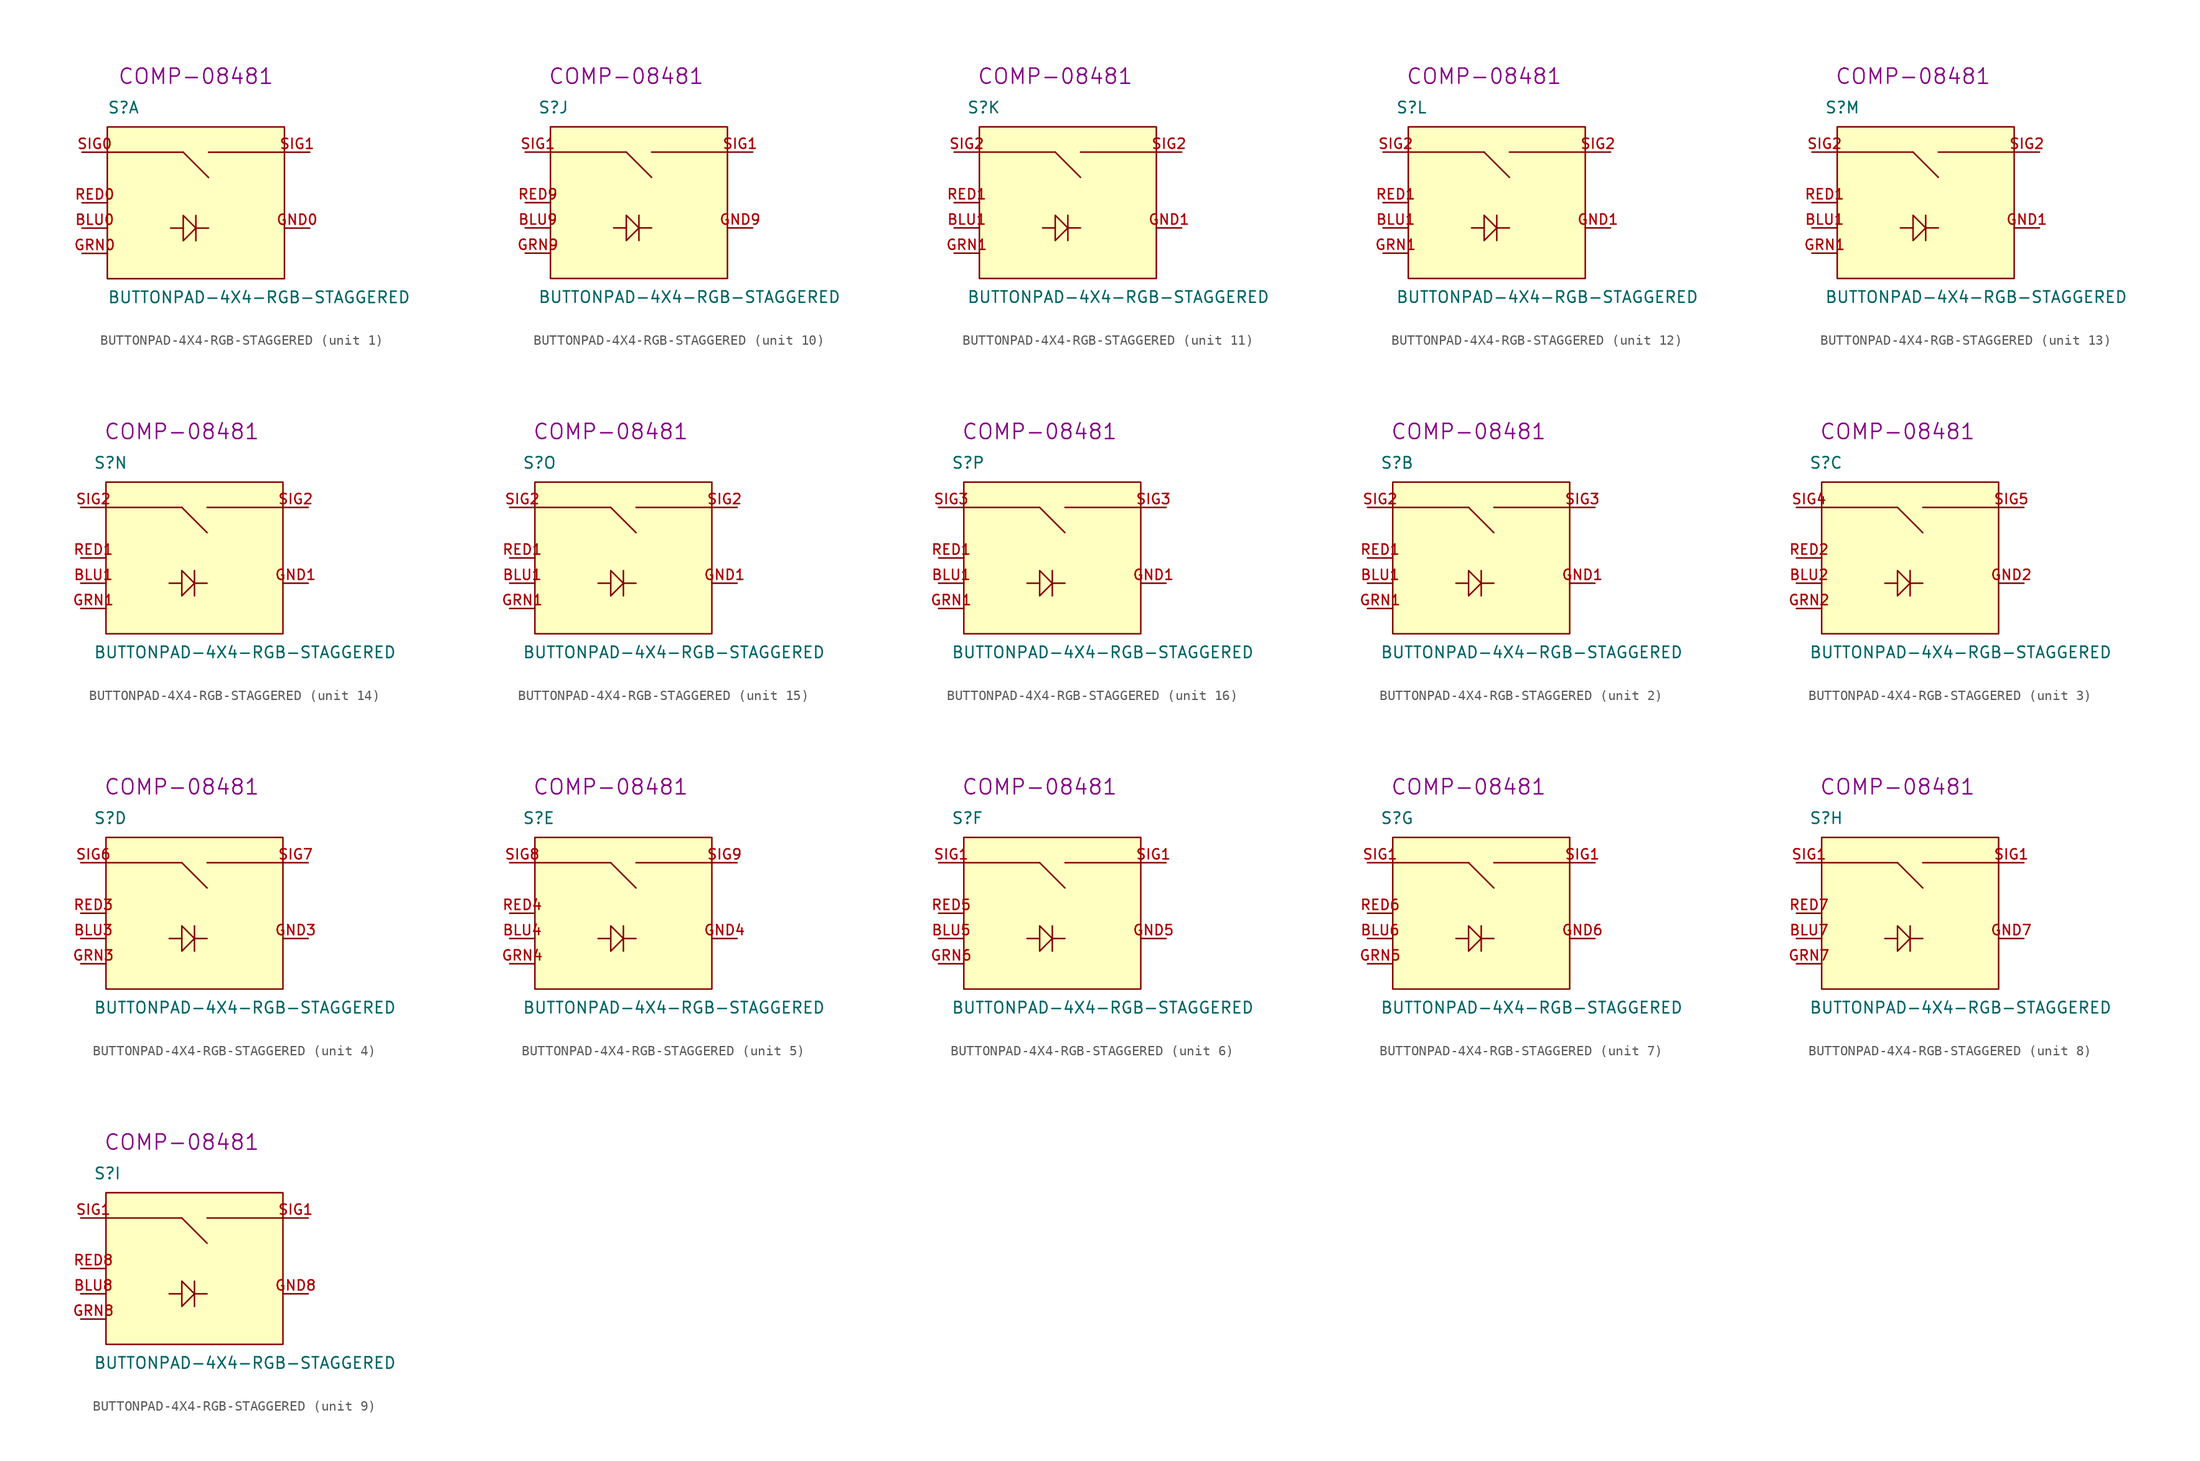
<source format=kicad_sym>
(kicad_symbol_lib
  (version 20220914)
  (generator kicad_symbol_editor)
  (symbol "BUTTONPAD-4X4-RGB-STAGGERED"
    (pin_names
      (offset 1.016) hide)
    (property "Reference" "S"
      (at -8.89 8.89 0)
      (effects (font (size 1.143 1.143)) (justify left bottom)))
    (property "Value" "BUTTONPAD-4X4-RGB-STAGGERED"
      (at -8.89 -10.16 0)
      (effects (font (size 1.143 1.143)) (justify left bottom)))
    (property "Field4" "COMP-08481"
      (at 0 12.7 0)
      (effects (font (size 1.524 1.524))))
    (property "ki_locked" ""
      (at 0 0 0)
      (effects (font (size 1.27 1.27))))
    (symbol "BUTTONPAD-4X4-RGB-STAGGERED_1_0"
      (polyline (pts (xy -8.89 5.08) (xy -1.27 5.08)) (stroke (width 0) (type solid)) (fill (type none)))
      (polyline (pts (xy -1.27 -2.54) (xy -2.54 -2.54)) (stroke (width 0) (type solid)) (fill (type none)))
      (polyline (pts (xy -1.27 5.08) (xy 1.27 2.54)) (stroke (width 0) (type solid)) (fill (type none)))
      (polyline (pts (xy 0 -2.54) (xy 0 -3.81)) (stroke (width 0) (type solid)) (fill (type none)))
      (polyline (pts (xy 0 -2.54) (xy 1.27 -2.54)) (stroke (width 0) (type solid)) (fill (type none)))
      (polyline (pts (xy 0 -1.27) (xy 0 -2.54)) (stroke (width 0) (type solid)) (fill (type none)))
      (polyline (pts (xy 1.27 5.08) (xy 8.89 5.08)) (stroke (width 0) (type solid)) (fill (type none))))
    (symbol "BUTTONPAD-4X4-RGB-STAGGERED_1_1"
      (polyline (pts (xy -1.27 -1.27) (xy -1.27 -2.54) (xy -1.27 -3.81) (xy 0 -2.54) (xy -1.27 -1.27)) (stroke (width 0) (type solid)) (fill (type background)))
      (polyline (pts (xy 8.89 7.62) (xy 8.89 5.08) (xy 8.89 -7.62) (xy -8.89 -7.62) (xy -8.89 5.08) (xy -8.89 7.62) (xy 8.89 7.62)) (stroke (width 0) (type solid)) (fill (type background)))
      (pin bidirectional line (at -11.43 -2.54 0) (length 2.54) (name "BLU" (effects (font (size 1.016 1.016)))) (number "BLU0" (effects (font (size 1.016 1.016)))))
      (pin bidirectional line (at 11.43 -2.54 180) (length 2.54) (name "GND" (effects (font (size 1.016 1.016)))) (number "GND0" (effects (font (size 1.016 1.016)))))
      (pin bidirectional line (at -11.43 -5.08 0) (length 2.54) (name "GRN" (effects (font (size 1.016 1.016)))) (number "GRN0" (effects (font (size 1.016 1.016)))))
      (pin bidirectional line (at -11.43 0 0) (length 2.54) (name "RED" (effects (font (size 1.016 1.016)))) (number "RED0" (effects (font (size 1.016 1.016)))))
      (pin bidirectional line (at -11.43 5.08 0) (length 2.54) (name "SIG1" (effects (font (size 1.016 1.016)))) (number "SIG0" (effects (font (size 1.016 1.016)))))
      (pin bidirectional line (at 11.43 5.08 180) (length 2.54) (name "SIG2" (effects (font (size 1.016 1.016)))) (number "SIG1" (effects (font (size 1.016 1.016))))))
    (symbol "BUTTONPAD-4X4-RGB-STAGGERED_2_0"
      (polyline (pts (xy -7.62 5.08) (xy 0 5.08)) (stroke (width 0) (type solid)) (fill (type none)))
      (polyline (pts (xy 0 -2.54) (xy -1.27 -2.54)) (stroke (width 0) (type solid)) (fill (type none)))
      (polyline (pts (xy 0 5.08) (xy 2.54 2.54)) (stroke (width 0) (type solid)) (fill (type none)))
      (polyline (pts (xy 1.27 -2.54) (xy 1.27 -3.81)) (stroke (width 0) (type solid)) (fill (type none)))
      (polyline (pts (xy 1.27 -2.54) (xy 2.54 -2.54)) (stroke (width 0) (type solid)) (fill (type none)))
      (polyline (pts (xy 1.27 -1.27) (xy 1.27 -2.54)) (stroke (width 0) (type solid)) (fill (type none)))
      (polyline (pts (xy 2.54 5.08) (xy 10.16 5.08)) (stroke (width 0) (type solid)) (fill (type none))))
    (symbol "BUTTONPAD-4X4-RGB-STAGGERED_2_1"
      (polyline (pts (xy 0 -1.27) (xy 0 -2.54) (xy 0 -3.81) (xy 1.27 -2.54) (xy 0 -1.27)) (stroke (width 0) (type solid)) (fill (type background)))
      (polyline (pts (xy 10.16 7.62) (xy 10.16 5.08) (xy 10.16 -7.62) (xy -7.62 -7.62) (xy -7.62 5.08) (xy -7.62 7.62) (xy 10.16 7.62)) (stroke (width 0) (type solid)) (fill (type background)))
      (pin bidirectional line (at -10.16 -2.54 0) (length 2.54) (name "BLU" (effects (font (size 1.016 1.016)))) (number "BLU1" (effects (font (size 1.016 1.016)))))
      (pin bidirectional line (at 12.7 -2.54 180) (length 2.54) (name "GND" (effects (font (size 1.016 1.016)))) (number "GND1" (effects (font (size 1.016 1.016)))))
      (pin bidirectional line (at -10.16 -5.08 0) (length 2.54) (name "GRN" (effects (font (size 1.016 1.016)))) (number "GRN1" (effects (font (size 1.016 1.016)))))
      (pin bidirectional line (at -10.16 0 0) (length 2.54) (name "RED" (effects (font (size 1.016 1.016)))) (number "RED1" (effects (font (size 1.016 1.016)))))
      (pin bidirectional line (at -10.16 5.08 0) (length 2.54) (name "SIG1" (effects (font (size 1.016 1.016)))) (number "SIG2" (effects (font (size 1.016 1.016)))))
      (pin bidirectional line (at 12.7 5.08 180) (length 2.54) (name "SIG2" (effects (font (size 1.016 1.016)))) (number "SIG3" (effects (font (size 1.016 1.016))))))
    (symbol "BUTTONPAD-4X4-RGB-STAGGERED_3_0"
      (polyline (pts (xy -7.62 5.08) (xy 0 5.08)) (stroke (width 0) (type solid)) (fill (type none)))
      (polyline (pts (xy 0 -2.54) (xy -1.27 -2.54)) (stroke (width 0) (type solid)) (fill (type none)))
      (polyline (pts (xy 0 5.08) (xy 2.54 2.54)) (stroke (width 0) (type solid)) (fill (type none)))
      (polyline (pts (xy 1.27 -2.54) (xy 1.27 -3.81)) (stroke (width 0) (type solid)) (fill (type none)))
      (polyline (pts (xy 1.27 -2.54) (xy 2.54 -2.54)) (stroke (width 0) (type solid)) (fill (type none)))
      (polyline (pts (xy 1.27 -1.27) (xy 1.27 -2.54)) (stroke (width 0) (type solid)) (fill (type none)))
      (polyline (pts (xy 2.54 5.08) (xy 10.16 5.08)) (stroke (width 0) (type solid)) (fill (type none))))
    (symbol "BUTTONPAD-4X4-RGB-STAGGERED_3_1"
      (polyline (pts (xy 0 -1.27) (xy 0 -2.54) (xy 0 -3.81) (xy 1.27 -2.54) (xy 0 -1.27)) (stroke (width 0) (type solid)) (fill (type background)))
      (polyline (pts (xy 10.16 7.62) (xy 10.16 5.08) (xy 10.16 -7.62) (xy -7.62 -7.62) (xy -7.62 5.08) (xy -7.62 7.62) (xy 10.16 7.62)) (stroke (width 0) (type solid)) (fill (type background)))
      (pin bidirectional line (at -10.16 -2.54 0) (length 2.54) (name "BLU" (effects (font (size 1.016 1.016)))) (number "BLU2" (effects (font (size 1.016 1.016)))))
      (pin bidirectional line (at 12.7 -2.54 180) (length 2.54) (name "GND" (effects (font (size 1.016 1.016)))) (number "GND2" (effects (font (size 1.016 1.016)))))
      (pin bidirectional line (at -10.16 -5.08 0) (length 2.54) (name "GRN" (effects (font (size 1.016 1.016)))) (number "GRN2" (effects (font (size 1.016 1.016)))))
      (pin bidirectional line (at -10.16 0 0) (length 2.54) (name "RED" (effects (font (size 1.016 1.016)))) (number "RED2" (effects (font (size 1.016 1.016)))))
      (pin bidirectional line (at -10.16 5.08 0) (length 2.54) (name "SIG1" (effects (font (size 1.016 1.016)))) (number "SIG4" (effects (font (size 1.016 1.016)))))
      (pin bidirectional line (at 12.7 5.08 180) (length 2.54) (name "SIG2" (effects (font (size 1.016 1.016)))) (number "SIG5" (effects (font (size 1.016 1.016))))))
    (symbol "BUTTONPAD-4X4-RGB-STAGGERED_4_0"
      (polyline (pts (xy -7.62 5.08) (xy 0 5.08)) (stroke (width 0) (type solid)) (fill (type none)))
      (polyline (pts (xy 0 -2.54) (xy -1.27 -2.54)) (stroke (width 0) (type solid)) (fill (type none)))
      (polyline (pts (xy 0 5.08) (xy 2.54 2.54)) (stroke (width 0) (type solid)) (fill (type none)))
      (polyline (pts (xy 1.27 -2.54) (xy 1.27 -3.81)) (stroke (width 0) (type solid)) (fill (type none)))
      (polyline (pts (xy 1.27 -2.54) (xy 2.54 -2.54)) (stroke (width 0) (type solid)) (fill (type none)))
      (polyline (pts (xy 1.27 -1.27) (xy 1.27 -2.54)) (stroke (width 0) (type solid)) (fill (type none)))
      (polyline (pts (xy 2.54 5.08) (xy 10.16 5.08)) (stroke (width 0) (type solid)) (fill (type none))))
    (symbol "BUTTONPAD-4X4-RGB-STAGGERED_4_1"
      (polyline (pts (xy 0 -1.27) (xy 0 -2.54) (xy 0 -3.81) (xy 1.27 -2.54) (xy 0 -1.27)) (stroke (width 0) (type solid)) (fill (type background)))
      (polyline (pts (xy 10.16 7.62) (xy 10.16 5.08) (xy 10.16 -7.62) (xy -7.62 -7.62) (xy -7.62 5.08) (xy -7.62 7.62) (xy 10.16 7.62)) (stroke (width 0) (type solid)) (fill (type background)))
      (pin bidirectional line (at -10.16 -2.54 0) (length 2.54) (name "BLU" (effects (font (size 1.016 1.016)))) (number "BLU3" (effects (font (size 1.016 1.016)))))
      (pin bidirectional line (at 12.7 -2.54 180) (length 2.54) (name "GND" (effects (font (size 1.016 1.016)))) (number "GND3" (effects (font (size 1.016 1.016)))))
      (pin bidirectional line (at -10.16 -5.08 0) (length 2.54) (name "GRN" (effects (font (size 1.016 1.016)))) (number "GRN3" (effects (font (size 1.016 1.016)))))
      (pin bidirectional line (at -10.16 0 0) (length 2.54) (name "RED" (effects (font (size 1.016 1.016)))) (number "RED3" (effects (font (size 1.016 1.016)))))
      (pin bidirectional line (at -10.16 5.08 0) (length 2.54) (name "SIG1" (effects (font (size 1.016 1.016)))) (number "SIG6" (effects (font (size 1.016 1.016)))))
      (pin bidirectional line (at 12.7 5.08 180) (length 2.54) (name "SIG2" (effects (font (size 1.016 1.016)))) (number "SIG7" (effects (font (size 1.016 1.016))))))
    (symbol "BUTTONPAD-4X4-RGB-STAGGERED_5_0"
      (polyline (pts (xy -7.62 5.08) (xy 0 5.08)) (stroke (width 0) (type solid)) (fill (type none)))
      (polyline (pts (xy 0 -2.54) (xy -1.27 -2.54)) (stroke (width 0) (type solid)) (fill (type none)))
      (polyline (pts (xy 0 5.08) (xy 2.54 2.54)) (stroke (width 0) (type solid)) (fill (type none)))
      (polyline (pts (xy 1.27 -2.54) (xy 1.27 -3.81)) (stroke (width 0) (type solid)) (fill (type none)))
      (polyline (pts (xy 1.27 -2.54) (xy 2.54 -2.54)) (stroke (width 0) (type solid)) (fill (type none)))
      (polyline (pts (xy 1.27 -1.27) (xy 1.27 -2.54)) (stroke (width 0) (type solid)) (fill (type none)))
      (polyline (pts (xy 2.54 5.08) (xy 10.16 5.08)) (stroke (width 0) (type solid)) (fill (type none))))
    (symbol "BUTTONPAD-4X4-RGB-STAGGERED_5_1"
      (polyline (pts (xy 0 -1.27) (xy 0 -2.54) (xy 0 -3.81) (xy 1.27 -2.54) (xy 0 -1.27)) (stroke (width 0) (type solid)) (fill (type background)))
      (polyline (pts (xy 10.16 7.62) (xy 10.16 5.08) (xy 10.16 -7.62) (xy -7.62 -7.62) (xy -7.62 5.08) (xy -7.62 7.62) (xy 10.16 7.62)) (stroke (width 0) (type solid)) (fill (type background)))
      (pin bidirectional line (at -10.16 -2.54 0) (length 2.54) (name "BLU" (effects (font (size 1.016 1.016)))) (number "BLU4" (effects (font (size 1.016 1.016)))))
      (pin bidirectional line (at 12.7 -2.54 180) (length 2.54) (name "GND" (effects (font (size 1.016 1.016)))) (number "GND4" (effects (font (size 1.016 1.016)))))
      (pin bidirectional line (at -10.16 -5.08 0) (length 2.54) (name "GRN" (effects (font (size 1.016 1.016)))) (number "GRN4" (effects (font (size 1.016 1.016)))))
      (pin bidirectional line (at -10.16 0 0) (length 2.54) (name "RED" (effects (font (size 1.016 1.016)))) (number "RED4" (effects (font (size 1.016 1.016)))))
      (pin bidirectional line (at -10.16 5.08 0) (length 2.54) (name "SIG1" (effects (font (size 1.016 1.016)))) (number "SIG8" (effects (font (size 1.016 1.016)))))
      (pin bidirectional line (at 12.7 5.08 180) (length 2.54) (name "SIG2" (effects (font (size 1.016 1.016)))) (number "SIG9" (effects (font (size 1.016 1.016))))))
    (symbol "BUTTONPAD-4X4-RGB-STAGGERED_6_0"
      (polyline (pts (xy -7.62 5.08) (xy 0 5.08)) (stroke (width 0) (type solid)) (fill (type none)))
      (polyline (pts (xy 0 -2.54) (xy -1.27 -2.54)) (stroke (width 0) (type solid)) (fill (type none)))
      (polyline (pts (xy 0 5.08) (xy 2.54 2.54)) (stroke (width 0) (type solid)) (fill (type none)))
      (polyline (pts (xy 1.27 -2.54) (xy 1.27 -3.81)) (stroke (width 0) (type solid)) (fill (type none)))
      (polyline (pts (xy 1.27 -2.54) (xy 2.54 -2.54)) (stroke (width 0) (type solid)) (fill (type none)))
      (polyline (pts (xy 1.27 -1.27) (xy 1.27 -2.54)) (stroke (width 0) (type solid)) (fill (type none)))
      (polyline (pts (xy 2.54 5.08) (xy 10.16 5.08)) (stroke (width 0) (type solid)) (fill (type none))))
    (symbol "BUTTONPAD-4X4-RGB-STAGGERED_6_1"
      (polyline (pts (xy 0 -1.27) (xy 0 -2.54) (xy 0 -3.81) (xy 1.27 -2.54) (xy 0 -1.27)) (stroke (width 0) (type solid)) (fill (type background)))
      (polyline (pts (xy 10.16 7.62) (xy 10.16 5.08) (xy 10.16 -7.62) (xy -7.62 -7.62) (xy -7.62 5.08) (xy -7.62 7.62) (xy 10.16 7.62)) (stroke (width 0) (type solid)) (fill (type background)))
      (pin bidirectional line (at -10.16 -2.54 0) (length 2.54) (name "BLU" (effects (font (size 1.016 1.016)))) (number "BLU5" (effects (font (size 1.016 1.016)))))
      (pin bidirectional line (at 12.7 -2.54 180) (length 2.54) (name "GND" (effects (font (size 1.016 1.016)))) (number "GND5" (effects (font (size 1.016 1.016)))))
      (pin bidirectional line (at -10.16 -5.08 0) (length 2.54) (name "GRN" (effects (font (size 1.016 1.016)))) (number "GRN6" (effects (font (size 1.016 1.016)))))
      (pin bidirectional line (at -10.16 0 0) (length 2.54) (name "RED" (effects (font (size 1.016 1.016)))) (number "RED5" (effects (font (size 1.016 1.016)))))
      (pin bidirectional line (at -10.16 5.08 0) (length 2.54) (name "SIG1" (effects (font (size 1.016 1.016)))) (number "SIG1" (effects (font (size 1.016 1.016)))))
      (pin bidirectional line (at 12.7 5.08 180) (length 2.54) (name "SIG2" (effects (font (size 1.016 1.016)))) (number "SIG1" (effects (font (size 1.016 1.016))))))
    (symbol "BUTTONPAD-4X4-RGB-STAGGERED_7_0"
      (polyline (pts (xy -7.62 5.08) (xy 0 5.08)) (stroke (width 0) (type solid)) (fill (type none)))
      (polyline (pts (xy 0 -2.54) (xy -1.27 -2.54)) (stroke (width 0) (type solid)) (fill (type none)))
      (polyline (pts (xy 0 5.08) (xy 2.54 2.54)) (stroke (width 0) (type solid)) (fill (type none)))
      (polyline (pts (xy 1.27 -2.54) (xy 1.27 -3.81)) (stroke (width 0) (type solid)) (fill (type none)))
      (polyline (pts (xy 1.27 -2.54) (xy 2.54 -2.54)) (stroke (width 0) (type solid)) (fill (type none)))
      (polyline (pts (xy 1.27 -1.27) (xy 1.27 -2.54)) (stroke (width 0) (type solid)) (fill (type none)))
      (polyline (pts (xy 2.54 5.08) (xy 10.16 5.08)) (stroke (width 0) (type solid)) (fill (type none))))
    (symbol "BUTTONPAD-4X4-RGB-STAGGERED_7_1"
      (polyline (pts (xy 0 -1.27) (xy 0 -2.54) (xy 0 -3.81) (xy 1.27 -2.54) (xy 0 -1.27)) (stroke (width 0) (type solid)) (fill (type background)))
      (polyline (pts (xy 10.16 7.62) (xy 10.16 5.08) (xy 10.16 -7.62) (xy -7.62 -7.62) (xy -7.62 5.08) (xy -7.62 7.62) (xy 10.16 7.62)) (stroke (width 0) (type solid)) (fill (type background)))
      (pin bidirectional line (at -10.16 -2.54 0) (length 2.54) (name "BLU" (effects (font (size 1.016 1.016)))) (number "BLU6" (effects (font (size 1.016 1.016)))))
      (pin bidirectional line (at 12.7 -2.54 180) (length 2.54) (name "GND" (effects (font (size 1.016 1.016)))) (number "GND6" (effects (font (size 1.016 1.016)))))
      (pin bidirectional line (at -10.16 -5.08 0) (length 2.54) (name "GRN" (effects (font (size 1.016 1.016)))) (number "GRN5" (effects (font (size 1.016 1.016)))))
      (pin bidirectional line (at -10.16 0 0) (length 2.54) (name "RED" (effects (font (size 1.016 1.016)))) (number "RED6" (effects (font (size 1.016 1.016)))))
      (pin bidirectional line (at -10.16 5.08 0) (length 2.54) (name "SIG1" (effects (font (size 1.016 1.016)))) (number "SIG1" (effects (font (size 1.016 1.016)))))
      (pin bidirectional line (at 12.7 5.08 180) (length 2.54) (name "SIG2" (effects (font (size 1.016 1.016)))) (number "SIG1" (effects (font (size 1.016 1.016))))))
    (symbol "BUTTONPAD-4X4-RGB-STAGGERED_8_0"
      (polyline (pts (xy -7.62 5.08) (xy 0 5.08)) (stroke (width 0) (type solid)) (fill (type none)))
      (polyline (pts (xy 0 -2.54) (xy -1.27 -2.54)) (stroke (width 0) (type solid)) (fill (type none)))
      (polyline (pts (xy 0 5.08) (xy 2.54 2.54)) (stroke (width 0) (type solid)) (fill (type none)))
      (polyline (pts (xy 1.27 -2.54) (xy 1.27 -3.81)) (stroke (width 0) (type solid)) (fill (type none)))
      (polyline (pts (xy 1.27 -2.54) (xy 2.54 -2.54)) (stroke (width 0) (type solid)) (fill (type none)))
      (polyline (pts (xy 1.27 -1.27) (xy 1.27 -2.54)) (stroke (width 0) (type solid)) (fill (type none)))
      (polyline (pts (xy 2.54 5.08) (xy 10.16 5.08)) (stroke (width 0) (type solid)) (fill (type none))))
    (symbol "BUTTONPAD-4X4-RGB-STAGGERED_8_1"
      (polyline (pts (xy 0 -1.27) (xy 0 -2.54) (xy 0 -3.81) (xy 1.27 -2.54) (xy 0 -1.27)) (stroke (width 0) (type solid)) (fill (type background)))
      (polyline (pts (xy 10.16 7.62) (xy 10.16 5.08) (xy 10.16 -7.62) (xy -7.62 -7.62) (xy -7.62 5.08) (xy -7.62 7.62) (xy 10.16 7.62)) (stroke (width 0) (type solid)) (fill (type background)))
      (pin bidirectional line (at -10.16 -2.54 0) (length 2.54) (name "BLU" (effects (font (size 1.016 1.016)))) (number "BLU7" (effects (font (size 1.016 1.016)))))
      (pin bidirectional line (at 12.7 -2.54 180) (length 2.54) (name "GND" (effects (font (size 1.016 1.016)))) (number "GND7" (effects (font (size 1.016 1.016)))))
      (pin bidirectional line (at -10.16 -5.08 0) (length 2.54) (name "GRN" (effects (font (size 1.016 1.016)))) (number "GRN7" (effects (font (size 1.016 1.016)))))
      (pin bidirectional line (at -10.16 0 0) (length 2.54) (name "RED" (effects (font (size 1.016 1.016)))) (number "RED7" (effects (font (size 1.016 1.016)))))
      (pin bidirectional line (at -10.16 5.08 0) (length 2.54) (name "SIG1" (effects (font (size 1.016 1.016)))) (number "SIG1" (effects (font (size 1.016 1.016)))))
      (pin bidirectional line (at 12.7 5.08 180) (length 2.54) (name "SIG2" (effects (font (size 1.016 1.016)))) (number "SIG1" (effects (font (size 1.016 1.016))))))
    (symbol "BUTTONPAD-4X4-RGB-STAGGERED_9_0"
      (polyline (pts (xy -7.62 5.08) (xy 0 5.08)) (stroke (width 0) (type solid)) (fill (type none)))
      (polyline (pts (xy 0 -2.54) (xy -1.27 -2.54)) (stroke (width 0) (type solid)) (fill (type none)))
      (polyline (pts (xy 0 5.08) (xy 2.54 2.54)) (stroke (width 0) (type solid)) (fill (type none)))
      (polyline (pts (xy 1.27 -2.54) (xy 1.27 -3.81)) (stroke (width 0) (type solid)) (fill (type none)))
      (polyline (pts (xy 1.27 -2.54) (xy 2.54 -2.54)) (stroke (width 0) (type solid)) (fill (type none)))
      (polyline (pts (xy 1.27 -1.27) (xy 1.27 -2.54)) (stroke (width 0) (type solid)) (fill (type none)))
      (polyline (pts (xy 2.54 5.08) (xy 10.16 5.08)) (stroke (width 0) (type solid)) (fill (type none))))
    (symbol "BUTTONPAD-4X4-RGB-STAGGERED_9_1"
      (polyline (pts (xy 0 -1.27) (xy 0 -2.54) (xy 0 -3.81) (xy 1.27 -2.54) (xy 0 -1.27)) (stroke (width 0) (type solid)) (fill (type background)))
      (polyline (pts (xy 10.16 7.62) (xy 10.16 5.08) (xy 10.16 -7.62) (xy -7.62 -7.62) (xy -7.62 5.08) (xy -7.62 7.62) (xy 10.16 7.62)) (stroke (width 0) (type solid)) (fill (type background)))
      (pin bidirectional line (at -10.16 -2.54 0) (length 2.54) (name "BLU" (effects (font (size 1.016 1.016)))) (number "BLU8" (effects (font (size 1.016 1.016)))))
      (pin bidirectional line (at 12.7 -2.54 180) (length 2.54) (name "GND" (effects (font (size 1.016 1.016)))) (number "GND8" (effects (font (size 1.016 1.016)))))
      (pin bidirectional line (at -10.16 -5.08 0) (length 2.54) (name "GRN" (effects (font (size 1.016 1.016)))) (number "GRN8" (effects (font (size 1.016 1.016)))))
      (pin bidirectional line (at -10.16 0 0) (length 2.54) (name "RED" (effects (font (size 1.016 1.016)))) (number "RED8" (effects (font (size 1.016 1.016)))))
      (pin bidirectional line (at -10.16 5.08 0) (length 2.54) (name "SIG1" (effects (font (size 1.016 1.016)))) (number "SIG1" (effects (font (size 1.016 1.016)))))
      (pin bidirectional line (at 12.7 5.08 180) (length 2.54) (name "SIG2" (effects (font (size 1.016 1.016)))) (number "SIG1" (effects (font (size 1.016 1.016))))))
    (symbol "BUTTONPAD-4X4-RGB-STAGGERED_10_0"
      (polyline (pts (xy -7.62 5.08) (xy 0 5.08)) (stroke (width 0) (type solid)) (fill (type none)))
      (polyline (pts (xy 0 -2.54) (xy -1.27 -2.54)) (stroke (width 0) (type solid)) (fill (type none)))
      (polyline (pts (xy 0 5.08) (xy 2.54 2.54)) (stroke (width 0) (type solid)) (fill (type none)))
      (polyline (pts (xy 1.27 -2.54) (xy 1.27 -3.81)) (stroke (width 0) (type solid)) (fill (type none)))
      (polyline (pts (xy 1.27 -2.54) (xy 2.54 -2.54)) (stroke (width 0) (type solid)) (fill (type none)))
      (polyline (pts (xy 1.27 -1.27) (xy 1.27 -2.54)) (stroke (width 0) (type solid)) (fill (type none)))
      (polyline (pts (xy 2.54 5.08) (xy 10.16 5.08)) (stroke (width 0) (type solid)) (fill (type none))))
    (symbol "BUTTONPAD-4X4-RGB-STAGGERED_10_1"
      (polyline (pts (xy 0 -1.27) (xy 0 -2.54) (xy 0 -3.81) (xy 1.27 -2.54) (xy 0 -1.27)) (stroke (width 0) (type solid)) (fill (type background)))
      (polyline (pts (xy 10.16 7.62) (xy 10.16 5.08) (xy 10.16 -7.62) (xy -7.62 -7.62) (xy -7.62 5.08) (xy -7.62 7.62) (xy 10.16 7.62)) (stroke (width 0) (type solid)) (fill (type background)))
      (pin bidirectional line (at -10.16 -2.54 0) (length 2.54) (name "BLU" (effects (font (size 1.016 1.016)))) (number "BLU9" (effects (font (size 1.016 1.016)))))
      (pin bidirectional line (at 12.7 -2.54 180) (length 2.54) (name "GND" (effects (font (size 1.016 1.016)))) (number "GND9" (effects (font (size 1.016 1.016)))))
      (pin bidirectional line (at -10.16 -5.08 0) (length 2.54) (name "GRN" (effects (font (size 1.016 1.016)))) (number "GRN9" (effects (font (size 1.016 1.016)))))
      (pin bidirectional line (at -10.16 0 0) (length 2.54) (name "RED" (effects (font (size 1.016 1.016)))) (number "RED9" (effects (font (size 1.016 1.016)))))
      (pin bidirectional line (at -10.16 5.08 0) (length 2.54) (name "SIG1" (effects (font (size 1.016 1.016)))) (number "SIG1" (effects (font (size 1.016 1.016)))))
      (pin bidirectional line (at 12.7 5.08 180) (length 2.54) (name "SIG2" (effects (font (size 1.016 1.016)))) (number "SIG1" (effects (font (size 1.016 1.016))))))
    (symbol "BUTTONPAD-4X4-RGB-STAGGERED_11_0"
      (polyline (pts (xy -7.62 5.08) (xy 0 5.08)) (stroke (width 0) (type solid)) (fill (type none)))
      (polyline (pts (xy 0 -2.54) (xy -1.27 -2.54)) (stroke (width 0) (type solid)) (fill (type none)))
      (polyline (pts (xy 0 5.08) (xy 2.54 2.54)) (stroke (width 0) (type solid)) (fill (type none)))
      (polyline (pts (xy 1.27 -2.54) (xy 1.27 -3.81)) (stroke (width 0) (type solid)) (fill (type none)))
      (polyline (pts (xy 1.27 -2.54) (xy 2.54 -2.54)) (stroke (width 0) (type solid)) (fill (type none)))
      (polyline (pts (xy 1.27 -1.27) (xy 1.27 -2.54)) (stroke (width 0) (type solid)) (fill (type none)))
      (polyline (pts (xy 2.54 5.08) (xy 10.16 5.08)) (stroke (width 0) (type solid)) (fill (type none))))
    (symbol "BUTTONPAD-4X4-RGB-STAGGERED_11_1"
      (polyline (pts (xy 0 -1.27) (xy 0 -2.54) (xy 0 -3.81) (xy 1.27 -2.54) (xy 0 -1.27)) (stroke (width 0) (type solid)) (fill (type background)))
      (polyline (pts (xy 10.16 7.62) (xy 10.16 5.08) (xy 10.16 -7.62) (xy -7.62 -7.62) (xy -7.62 5.08) (xy -7.62 7.62) (xy 10.16 7.62)) (stroke (width 0) (type solid)) (fill (type background)))
      (pin bidirectional line (at -10.16 -2.54 0) (length 2.54) (name "BLU" (effects (font (size 1.016 1.016)))) (number "BLU1" (effects (font (size 1.016 1.016)))))
      (pin bidirectional line (at 12.7 -2.54 180) (length 2.54) (name "GND" (effects (font (size 1.016 1.016)))) (number "GND1" (effects (font (size 1.016 1.016)))))
      (pin bidirectional line (at -10.16 -5.08 0) (length 2.54) (name "GRN" (effects (font (size 1.016 1.016)))) (number "GRN1" (effects (font (size 1.016 1.016)))))
      (pin bidirectional line (at -10.16 0 0) (length 2.54) (name "RED" (effects (font (size 1.016 1.016)))) (number "RED1" (effects (font (size 1.016 1.016)))))
      (pin bidirectional line (at -10.16 5.08 0) (length 2.54) (name "SIG1" (effects (font (size 1.016 1.016)))) (number "SIG2" (effects (font (size 1.016 1.016)))))
      (pin bidirectional line (at 12.7 5.08 180) (length 2.54) (name "SIG2" (effects (font (size 1.016 1.016)))) (number "SIG2" (effects (font (size 1.016 1.016))))))
    (symbol "BUTTONPAD-4X4-RGB-STAGGERED_12_0"
      (polyline (pts (xy -7.62 5.08) (xy 0 5.08)) (stroke (width 0) (type solid)) (fill (type none)))
      (polyline (pts (xy 0 -2.54) (xy -1.27 -2.54)) (stroke (width 0) (type solid)) (fill (type none)))
      (polyline (pts (xy 0 5.08) (xy 2.54 2.54)) (stroke (width 0) (type solid)) (fill (type none)))
      (polyline (pts (xy 1.27 -2.54) (xy 1.27 -3.81)) (stroke (width 0) (type solid)) (fill (type none)))
      (polyline (pts (xy 1.27 -2.54) (xy 2.54 -2.54)) (stroke (width 0) (type solid)) (fill (type none)))
      (polyline (pts (xy 1.27 -1.27) (xy 1.27 -2.54)) (stroke (width 0) (type solid)) (fill (type none)))
      (polyline (pts (xy 2.54 5.08) (xy 10.16 5.08)) (stroke (width 0) (type solid)) (fill (type none))))
    (symbol "BUTTONPAD-4X4-RGB-STAGGERED_12_1"
      (polyline (pts (xy 0 -1.27) (xy 0 -2.54) (xy 0 -3.81) (xy 1.27 -2.54) (xy 0 -1.27)) (stroke (width 0) (type solid)) (fill (type background)))
      (polyline (pts (xy 10.16 7.62) (xy 10.16 5.08) (xy 10.16 -7.62) (xy -7.62 -7.62) (xy -7.62 5.08) (xy -7.62 7.62) (xy 10.16 7.62)) (stroke (width 0) (type solid)) (fill (type background)))
      (pin bidirectional line (at -10.16 -2.54 0) (length 2.54) (name "BLU" (effects (font (size 1.016 1.016)))) (number "BLU1" (effects (font (size 1.016 1.016)))))
      (pin bidirectional line (at 12.7 -2.54 180) (length 2.54) (name "GND" (effects (font (size 1.016 1.016)))) (number "GND1" (effects (font (size 1.016 1.016)))))
      (pin bidirectional line (at -10.16 -5.08 0) (length 2.54) (name "GRN" (effects (font (size 1.016 1.016)))) (number "GRN1" (effects (font (size 1.016 1.016)))))
      (pin bidirectional line (at -10.16 0 0) (length 2.54) (name "RED" (effects (font (size 1.016 1.016)))) (number "RED1" (effects (font (size 1.016 1.016)))))
      (pin bidirectional line (at -10.16 5.08 0) (length 2.54) (name "SIG1" (effects (font (size 1.016 1.016)))) (number "SIG2" (effects (font (size 1.016 1.016)))))
      (pin bidirectional line (at 12.7 5.08 180) (length 2.54) (name "SIG2" (effects (font (size 1.016 1.016)))) (number "SIG2" (effects (font (size 1.016 1.016))))))
    (symbol "BUTTONPAD-4X4-RGB-STAGGERED_13_0"
      (polyline (pts (xy -7.62 5.08) (xy 0 5.08)) (stroke (width 0) (type solid)) (fill (type none)))
      (polyline (pts (xy 0 -2.54) (xy -1.27 -2.54)) (stroke (width 0) (type solid)) (fill (type none)))
      (polyline (pts (xy 0 5.08) (xy 2.54 2.54)) (stroke (width 0) (type solid)) (fill (type none)))
      (polyline (pts (xy 1.27 -2.54) (xy 1.27 -3.81)) (stroke (width 0) (type solid)) (fill (type none)))
      (polyline (pts (xy 1.27 -2.54) (xy 2.54 -2.54)) (stroke (width 0) (type solid)) (fill (type none)))
      (polyline (pts (xy 1.27 -1.27) (xy 1.27 -2.54)) (stroke (width 0) (type solid)) (fill (type none)))
      (polyline (pts (xy 2.54 5.08) (xy 10.16 5.08)) (stroke (width 0) (type solid)) (fill (type none))))
    (symbol "BUTTONPAD-4X4-RGB-STAGGERED_13_1"
      (polyline (pts (xy 0 -1.27) (xy 0 -2.54) (xy 0 -3.81) (xy 1.27 -2.54) (xy 0 -1.27)) (stroke (width 0) (type solid)) (fill (type background)))
      (polyline (pts (xy 10.16 7.62) (xy 10.16 5.08) (xy 10.16 -7.62) (xy -7.62 -7.62) (xy -7.62 5.08) (xy -7.62 7.62) (xy 10.16 7.62)) (stroke (width 0) (type solid)) (fill (type background)))
      (pin bidirectional line (at -10.16 -2.54 0) (length 2.54) (name "BLU" (effects (font (size 1.016 1.016)))) (number "BLU1" (effects (font (size 1.016 1.016)))))
      (pin bidirectional line (at 12.7 -2.54 180) (length 2.54) (name "GND" (effects (font (size 1.016 1.016)))) (number "GND1" (effects (font (size 1.016 1.016)))))
      (pin bidirectional line (at -10.16 -5.08 0) (length 2.54) (name "GRN" (effects (font (size 1.016 1.016)))) (number "GRN1" (effects (font (size 1.016 1.016)))))
      (pin bidirectional line (at -10.16 0 0) (length 2.54) (name "RED" (effects (font (size 1.016 1.016)))) (number "RED1" (effects (font (size 1.016 1.016)))))
      (pin bidirectional line (at -10.16 5.08 0) (length 2.54) (name "SIG1" (effects (font (size 1.016 1.016)))) (number "SIG2" (effects (font (size 1.016 1.016)))))
      (pin bidirectional line (at 12.7 5.08 180) (length 2.54) (name "SIG2" (effects (font (size 1.016 1.016)))) (number "SIG2" (effects (font (size 1.016 1.016))))))
    (symbol "BUTTONPAD-4X4-RGB-STAGGERED_14_0"
      (polyline (pts (xy -7.62 5.08) (xy 0 5.08)) (stroke (width 0) (type solid)) (fill (type none)))
      (polyline (pts (xy 0 -2.54) (xy -1.27 -2.54)) (stroke (width 0) (type solid)) (fill (type none)))
      (polyline (pts (xy 0 5.08) (xy 2.54 2.54)) (stroke (width 0) (type solid)) (fill (type none)))
      (polyline (pts (xy 1.27 -2.54) (xy 1.27 -3.81)) (stroke (width 0) (type solid)) (fill (type none)))
      (polyline (pts (xy 1.27 -2.54) (xy 2.54 -2.54)) (stroke (width 0) (type solid)) (fill (type none)))
      (polyline (pts (xy 1.27 -1.27) (xy 1.27 -2.54)) (stroke (width 0) (type solid)) (fill (type none)))
      (polyline (pts (xy 2.54 5.08) (xy 10.16 5.08)) (stroke (width 0) (type solid)) (fill (type none))))
    (symbol "BUTTONPAD-4X4-RGB-STAGGERED_14_1"
      (polyline (pts (xy 0 -1.27) (xy 0 -2.54) (xy 0 -3.81) (xy 1.27 -2.54) (xy 0 -1.27)) (stroke (width 0) (type solid)) (fill (type background)))
      (polyline (pts (xy 10.16 7.62) (xy 10.16 5.08) (xy 10.16 -7.62) (xy -7.62 -7.62) (xy -7.62 5.08) (xy -7.62 7.62) (xy 10.16 7.62)) (stroke (width 0) (type solid)) (fill (type background)))
      (pin bidirectional line (at -10.16 -2.54 0) (length 2.54) (name "BLU" (effects (font (size 1.016 1.016)))) (number "BLU1" (effects (font (size 1.016 1.016)))))
      (pin bidirectional line (at 12.7 -2.54 180) (length 2.54) (name "GND" (effects (font (size 1.016 1.016)))) (number "GND1" (effects (font (size 1.016 1.016)))))
      (pin bidirectional line (at -10.16 -5.08 0) (length 2.54) (name "GRN" (effects (font (size 1.016 1.016)))) (number "GRN1" (effects (font (size 1.016 1.016)))))
      (pin bidirectional line (at -10.16 0 0) (length 2.54) (name "RED" (effects (font (size 1.016 1.016)))) (number "RED1" (effects (font (size 1.016 1.016)))))
      (pin bidirectional line (at -10.16 5.08 0) (length 2.54) (name "SIG1" (effects (font (size 1.016 1.016)))) (number "SIG2" (effects (font (size 1.016 1.016)))))
      (pin bidirectional line (at 12.7 5.08 180) (length 2.54) (name "SIG2" (effects (font (size 1.016 1.016)))) (number "SIG2" (effects (font (size 1.016 1.016))))))
    (symbol "BUTTONPAD-4X4-RGB-STAGGERED_15_0"
      (polyline (pts (xy -7.62 5.08) (xy 0 5.08)) (stroke (width 0) (type solid)) (fill (type none)))
      (polyline (pts (xy 0 -2.54) (xy -1.27 -2.54)) (stroke (width 0) (type solid)) (fill (type none)))
      (polyline (pts (xy 0 5.08) (xy 2.54 2.54)) (stroke (width 0) (type solid)) (fill (type none)))
      (polyline (pts (xy 1.27 -2.54) (xy 1.27 -3.81)) (stroke (width 0) (type solid)) (fill (type none)))
      (polyline (pts (xy 1.27 -2.54) (xy 2.54 -2.54)) (stroke (width 0) (type solid)) (fill (type none)))
      (polyline (pts (xy 1.27 -1.27) (xy 1.27 -2.54)) (stroke (width 0) (type solid)) (fill (type none)))
      (polyline (pts (xy 2.54 5.08) (xy 10.16 5.08)) (stroke (width 0) (type solid)) (fill (type none))))
    (symbol "BUTTONPAD-4X4-RGB-STAGGERED_15_1"
      (polyline (pts (xy 0 -1.27) (xy 0 -2.54) (xy 0 -3.81) (xy 1.27 -2.54) (xy 0 -1.27)) (stroke (width 0) (type solid)) (fill (type background)))
      (polyline (pts (xy 10.16 7.62) (xy 10.16 5.08) (xy 10.16 -7.62) (xy -7.62 -7.62) (xy -7.62 5.08) (xy -7.62 7.62) (xy 10.16 7.62)) (stroke (width 0) (type solid)) (fill (type background)))
      (pin bidirectional line (at -10.16 -2.54 0) (length 2.54) (name "BLU" (effects (font (size 1.016 1.016)))) (number "BLU1" (effects (font (size 1.016 1.016)))))
      (pin bidirectional line (at 12.7 -2.54 180) (length 2.54) (name "GND" (effects (font (size 1.016 1.016)))) (number "GND1" (effects (font (size 1.016 1.016)))))
      (pin bidirectional line (at -10.16 -5.08 0) (length 2.54) (name "GRN" (effects (font (size 1.016 1.016)))) (number "GRN1" (effects (font (size 1.016 1.016)))))
      (pin bidirectional line (at -10.16 0 0) (length 2.54) (name "RED" (effects (font (size 1.016 1.016)))) (number "RED1" (effects (font (size 1.016 1.016)))))
      (pin bidirectional line (at -10.16 5.08 0) (length 2.54) (name "SIG1" (effects (font (size 1.016 1.016)))) (number "SIG2" (effects (font (size 1.016 1.016)))))
      (pin bidirectional line (at 12.7 5.08 180) (length 2.54) (name "SIG2" (effects (font (size 1.016 1.016)))) (number "SIG2" (effects (font (size 1.016 1.016))))))
    (symbol "BUTTONPAD-4X4-RGB-STAGGERED_16_0"
      (polyline (pts (xy -7.62 5.08) (xy 0 5.08)) (stroke (width 0) (type solid)) (fill (type none)))
      (polyline (pts (xy 0 -2.54) (xy -1.27 -2.54)) (stroke (width 0) (type solid)) (fill (type none)))
      (polyline (pts (xy 0 5.08) (xy 2.54 2.54)) (stroke (width 0) (type solid)) (fill (type none)))
      (polyline (pts (xy 1.27 -2.54) (xy 1.27 -3.81)) (stroke (width 0) (type solid)) (fill (type none)))
      (polyline (pts (xy 1.27 -2.54) (xy 2.54 -2.54)) (stroke (width 0) (type solid)) (fill (type none)))
      (polyline (pts (xy 1.27 -1.27) (xy 1.27 -2.54)) (stroke (width 0) (type solid)) (fill (type none)))
      (polyline (pts (xy 2.54 5.08) (xy 10.16 5.08)) (stroke (width 0) (type solid)) (fill (type none))))
    (symbol "BUTTONPAD-4X4-RGB-STAGGERED_16_1"
      (polyline (pts (xy 0 -1.27) (xy 0 -2.54) (xy 0 -3.81) (xy 1.27 -2.54) (xy 0 -1.27)) (stroke (width 0) (type solid)) (fill (type background)))
      (polyline (pts (xy 10.16 7.62) (xy 10.16 5.08) (xy 10.16 -7.62) (xy -7.62 -7.62) (xy -7.62 5.08) (xy -7.62 7.62) (xy 10.16 7.62)) (stroke (width 0) (type solid)) (fill (type background)))
      (pin bidirectional line (at -10.16 -2.54 0) (length 2.54) (name "BLU" (effects (font (size 1.016 1.016)))) (number "BLU1" (effects (font (size 1.016 1.016)))))
      (pin bidirectional line (at 12.7 -2.54 180) (length 2.54) (name "GND" (effects (font (size 1.016 1.016)))) (number "GND1" (effects (font (size 1.016 1.016)))))
      (pin bidirectional line (at -10.16 -5.08 0) (length 2.54) (name "GRN" (effects (font (size 1.016 1.016)))) (number "GRN1" (effects (font (size 1.016 1.016)))))
      (pin bidirectional line (at -10.16 0 0) (length 2.54) (name "RED" (effects (font (size 1.016 1.016)))) (number "RED1" (effects (font (size 1.016 1.016)))))
      (pin bidirectional line (at -10.16 5.08 0) (length 2.54) (name "SIG1" (effects (font (size 1.016 1.016)))) (number "SIG3" (effects (font (size 1.016 1.016)))))
      (pin bidirectional line (at 12.7 5.08 180) (length 2.54) (name "SIG2" (effects (font (size 1.016 1.016)))) (number "SIG3" (effects (font (size 1.016 1.016))))))))
</source>
